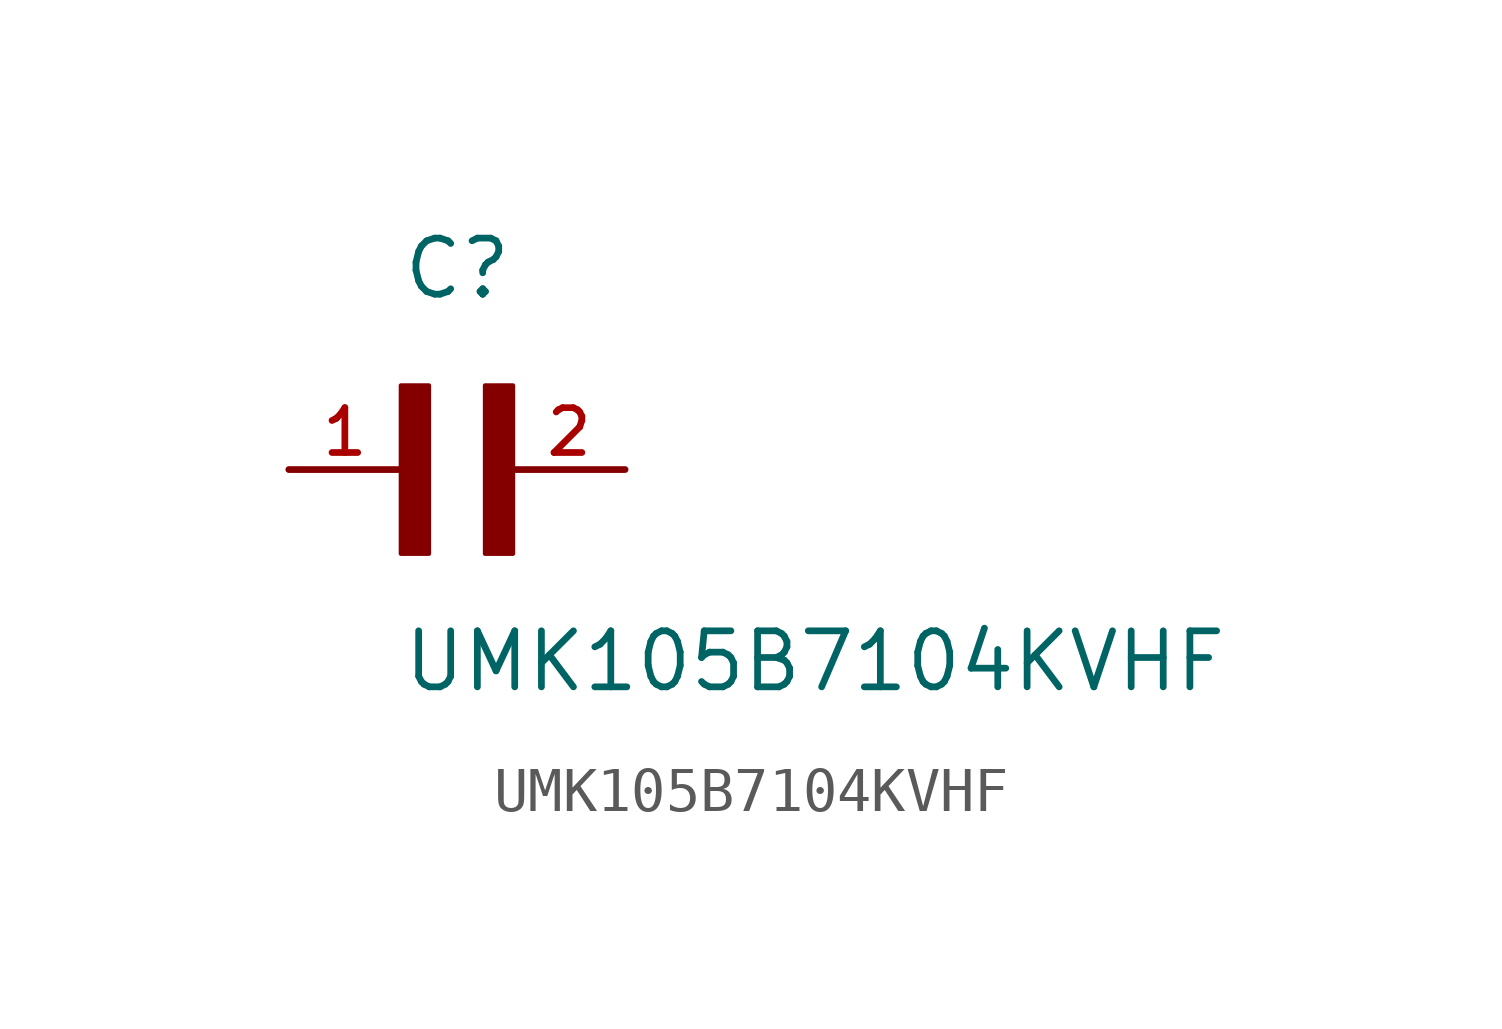
<source format=kicad_sym>
(kicad_symbol_lib
  (version 20211014)
  (generator kicad_symbol_editor)
  (symbol "UMK105B7104KVHF"
    (pin_names
      (offset 1.016))
    (property "Reference" "C"
      (at 0.0 3.811 0)
      (effects (font (size 1.27 1.27)) (justify bottom left)))
    (property "Value" "UMK105B7104KVHF"
      (at 0.0 -5.088 0)
      (effects (font (size 1.27 1.27)) (justify bottom left)))
    (symbol "UMK105B7104KVHF_0_0"
      (rectangle (start 0.0 -1.907) (end 0.635 1.905) (stroke (width 0.1)) (fill (type outline)))
      (rectangle (start 1.907 -1.907) (end 2.54 1.905) (stroke (width 0.1)) (fill (type outline)))
      (pin passive line (at 5.08 0.0 180.0) (length 2.54) (name "~" (effects (font (size 1.016 1.016)))) (number "2" (effects (font (size 1.016 1.016)))))
      (pin passive line (at -2.54 0.0 0) (length 2.54) (name "~" (effects (font (size 1.016 1.016)))) (number "1" (effects (font (size 1.016 1.016))))))))
</source>
